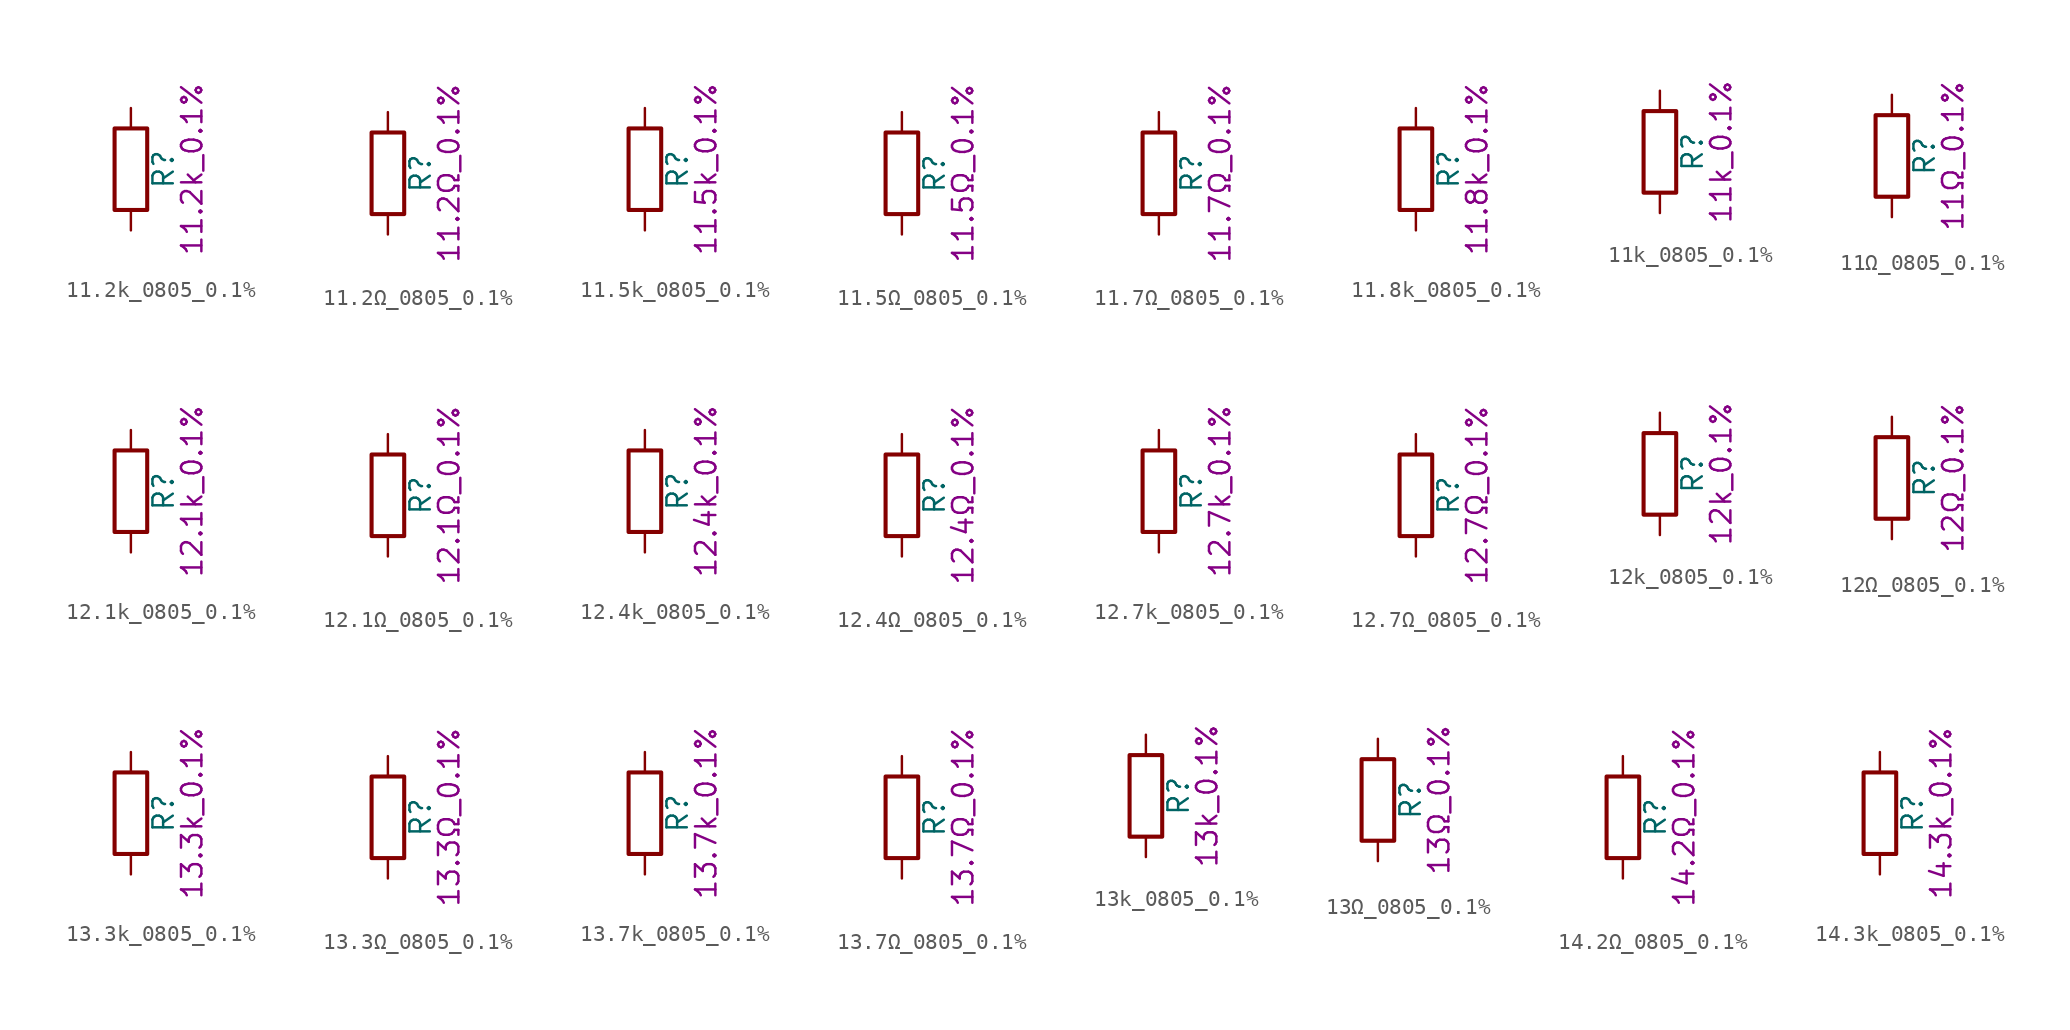
<source format=kicad_sym>
(kicad_symbol_lib
  (version 20211014)
  (generator kicad_symbol_editor)
  (symbol "11.2k_0805_0.1%"
    (pin_numbers hide)
    (pin_names
      (offset 0))
    (property "Reference" "R"
      (at 2.032 0 90)
      (effects (font (size 1.27 1.27))))
    (property "Display" "11.2k_0.1%"
      (at 3.81 0 90)
      (effects (font (size 1.27 1.27))))
    (symbol "11.2k_0805_0.1%_0_1"
      (rectangle (start -1.016 -2.54) (end 1.016 2.54) (stroke (width 0.254) (type default) (color 0 0 0 0)) (fill (type none))))
    (symbol "11.2k_0805_0.1%_1_1"
      (pin passive line (at 0 3.81 270) (length 1.27) (name "~" (effects (font (size 1.27 1.27)))) (number "1" (effects (font (size 1.27 1.27)))))
      (pin passive line (at 0 -3.81 90) (length 1.27) (name "~" (effects (font (size 1.27 1.27)))) (number "2" (effects (font (size 1.27 1.27)))))))
  (symbol "11.2Ω_0805_0.1%"
    (pin_numbers hide)
    (pin_names
      (offset 0))
    (property "Reference" "R"
      (at 2.032 0 90)
      (effects (font (size 1.27 1.27))))
    (property "Display" "11.2Ω_0.1%"
      (at 3.81 0 90)
      (effects (font (size 1.27 1.27))))
    (symbol "11.2Ω_0805_0.1%_0_1"
      (rectangle (start -1.016 -2.54) (end 1.016 2.54) (stroke (width 0.254) (type default) (color 0 0 0 0)) (fill (type none))))
    (symbol "11.2Ω_0805_0.1%_1_1"
      (pin passive line (at 0 3.81 270) (length 1.27) (name "~" (effects (font (size 1.27 1.27)))) (number "1" (effects (font (size 1.27 1.27)))))
      (pin passive line (at 0 -3.81 90) (length 1.27) (name "~" (effects (font (size 1.27 1.27)))) (number "2" (effects (font (size 1.27 1.27)))))))
  (symbol "11.5k_0805_0.1%"
    (pin_numbers hide)
    (pin_names
      (offset 0))
    (property "Reference" "R"
      (at 2.032 0 90)
      (effects (font (size 1.27 1.27))))
    (property "Display" "11.5k_0.1%"
      (at 3.81 0 90)
      (effects (font (size 1.27 1.27))))
    (symbol "11.5k_0805_0.1%_0_1"
      (rectangle (start -1.016 -2.54) (end 1.016 2.54) (stroke (width 0.254) (type default) (color 0 0 0 0)) (fill (type none))))
    (symbol "11.5k_0805_0.1%_1_1"
      (pin passive line (at 0 3.81 270) (length 1.27) (name "~" (effects (font (size 1.27 1.27)))) (number "1" (effects (font (size 1.27 1.27)))))
      (pin passive line (at 0 -3.81 90) (length 1.27) (name "~" (effects (font (size 1.27 1.27)))) (number "2" (effects (font (size 1.27 1.27)))))))
  (symbol "11.5Ω_0805_0.1%"
    (pin_numbers hide)
    (pin_names
      (offset 0))
    (property "Reference" "R"
      (at 2.032 0 90)
      (effects (font (size 1.27 1.27))))
    (property "Display" "11.5Ω_0.1%"
      (at 3.81 0 90)
      (effects (font (size 1.27 1.27))))
    (symbol "11.5Ω_0805_0.1%_0_1"
      (rectangle (start -1.016 -2.54) (end 1.016 2.54) (stroke (width 0.254) (type default) (color 0 0 0 0)) (fill (type none))))
    (symbol "11.5Ω_0805_0.1%_1_1"
      (pin passive line (at 0 3.81 270) (length 1.27) (name "~" (effects (font (size 1.27 1.27)))) (number "1" (effects (font (size 1.27 1.27)))))
      (pin passive line (at 0 -3.81 90) (length 1.27) (name "~" (effects (font (size 1.27 1.27)))) (number "2" (effects (font (size 1.27 1.27)))))))
  (symbol "11.7Ω_0805_0.1%"
    (pin_numbers hide)
    (pin_names
      (offset 0))
    (property "Reference" "R"
      (at 2.032 0 90)
      (effects (font (size 1.27 1.27))))
    (property "Display" "11.7Ω_0.1%"
      (at 3.81 0 90)
      (effects (font (size 1.27 1.27))))
    (symbol "11.7Ω_0805_0.1%_0_1"
      (rectangle (start -1.016 -2.54) (end 1.016 2.54) (stroke (width 0.254) (type default) (color 0 0 0 0)) (fill (type none))))
    (symbol "11.7Ω_0805_0.1%_1_1"
      (pin passive line (at 0 3.81 270) (length 1.27) (name "~" (effects (font (size 1.27 1.27)))) (number "1" (effects (font (size 1.27 1.27)))))
      (pin passive line (at 0 -3.81 90) (length 1.27) (name "~" (effects (font (size 1.27 1.27)))) (number "2" (effects (font (size 1.27 1.27)))))))
  (symbol "11.8k_0805_0.1%"
    (pin_numbers hide)
    (pin_names
      (offset 0))
    (property "Reference" "R"
      (at 2.032 0 90)
      (effects (font (size 1.27 1.27))))
    (property "Display" "11.8k_0.1%"
      (at 3.81 0 90)
      (effects (font (size 1.27 1.27))))
    (symbol "11.8k_0805_0.1%_0_1"
      (rectangle (start -1.016 -2.54) (end 1.016 2.54) (stroke (width 0.254) (type default) (color 0 0 0 0)) (fill (type none))))
    (symbol "11.8k_0805_0.1%_1_1"
      (pin passive line (at 0 3.81 270) (length 1.27) (name "~" (effects (font (size 1.27 1.27)))) (number "1" (effects (font (size 1.27 1.27)))))
      (pin passive line (at 0 -3.81 90) (length 1.27) (name "~" (effects (font (size 1.27 1.27)))) (number "2" (effects (font (size 1.27 1.27)))))))
  (symbol "11k_0805_0.1%"
    (pin_numbers hide)
    (pin_names
      (offset 0))
    (property "Reference" "R"
      (at 2.032 0 90)
      (effects (font (size 1.27 1.27))))
    (property "Display" "11k_0.1%"
      (at 3.81 0 90)
      (effects (font (size 1.27 1.27))))
    (symbol "11k_0805_0.1%_0_1"
      (rectangle (start -1.016 -2.54) (end 1.016 2.54) (stroke (width 0.254) (type default) (color 0 0 0 0)) (fill (type none))))
    (symbol "11k_0805_0.1%_1_1"
      (pin passive line (at 0 3.81 270) (length 1.27) (name "~" (effects (font (size 1.27 1.27)))) (number "1" (effects (font (size 1.27 1.27)))))
      (pin passive line (at 0 -3.81 90) (length 1.27) (name "~" (effects (font (size 1.27 1.27)))) (number "2" (effects (font (size 1.27 1.27)))))))
  (symbol "11Ω_0805_0.1%"
    (pin_numbers hide)
    (pin_names
      (offset 0))
    (property "Reference" "R"
      (at 2.032 0 90)
      (effects (font (size 1.27 1.27))))
    (property "Display" "11Ω_0.1%"
      (at 3.81 0 90)
      (effects (font (size 1.27 1.27))))
    (symbol "11Ω_0805_0.1%_0_1"
      (rectangle (start -1.016 -2.54) (end 1.016 2.54) (stroke (width 0.254) (type default) (color 0 0 0 0)) (fill (type none))))
    (symbol "11Ω_0805_0.1%_1_1"
      (pin passive line (at 0 3.81 270) (length 1.27) (name "~" (effects (font (size 1.27 1.27)))) (number "1" (effects (font (size 1.27 1.27)))))
      (pin passive line (at 0 -3.81 90) (length 1.27) (name "~" (effects (font (size 1.27 1.27)))) (number "2" (effects (font (size 1.27 1.27)))))))
  (symbol "12.1k_0805_0.1%"
    (pin_numbers hide)
    (pin_names
      (offset 0))
    (property "Reference" "R"
      (at 2.032 0 90)
      (effects (font (size 1.27 1.27))))
    (property "Display" "12.1k_0.1%"
      (at 3.81 0 90)
      (effects (font (size 1.27 1.27))))
    (symbol "12.1k_0805_0.1%_0_1"
      (rectangle (start -1.016 -2.54) (end 1.016 2.54) (stroke (width 0.254) (type default) (color 0 0 0 0)) (fill (type none))))
    (symbol "12.1k_0805_0.1%_1_1"
      (pin passive line (at 0 3.81 270) (length 1.27) (name "~" (effects (font (size 1.27 1.27)))) (number "1" (effects (font (size 1.27 1.27)))))
      (pin passive line (at 0 -3.81 90) (length 1.27) (name "~" (effects (font (size 1.27 1.27)))) (number "2" (effects (font (size 1.27 1.27)))))))
  (symbol "12.1Ω_0805_0.1%"
    (pin_numbers hide)
    (pin_names
      (offset 0))
    (property "Reference" "R"
      (at 2.032 0 90)
      (effects (font (size 1.27 1.27))))
    (property "Display" "12.1Ω_0.1%"
      (at 3.81 0 90)
      (effects (font (size 1.27 1.27))))
    (symbol "12.1Ω_0805_0.1%_0_1"
      (rectangle (start -1.016 -2.54) (end 1.016 2.54) (stroke (width 0.254) (type default) (color 0 0 0 0)) (fill (type none))))
    (symbol "12.1Ω_0805_0.1%_1_1"
      (pin passive line (at 0 3.81 270) (length 1.27) (name "~" (effects (font (size 1.27 1.27)))) (number "1" (effects (font (size 1.27 1.27)))))
      (pin passive line (at 0 -3.81 90) (length 1.27) (name "~" (effects (font (size 1.27 1.27)))) (number "2" (effects (font (size 1.27 1.27)))))))
  (symbol "12.4k_0805_0.1%"
    (pin_numbers hide)
    (pin_names
      (offset 0))
    (property "Reference" "R"
      (at 2.032 0 90)
      (effects (font (size 1.27 1.27))))
    (property "Display" "12.4k_0.1%"
      (at 3.81 0 90)
      (effects (font (size 1.27 1.27))))
    (symbol "12.4k_0805_0.1%_0_1"
      (rectangle (start -1.016 -2.54) (end 1.016 2.54) (stroke (width 0.254) (type default) (color 0 0 0 0)) (fill (type none))))
    (symbol "12.4k_0805_0.1%_1_1"
      (pin passive line (at 0 3.81 270) (length 1.27) (name "~" (effects (font (size 1.27 1.27)))) (number "1" (effects (font (size 1.27 1.27)))))
      (pin passive line (at 0 -3.81 90) (length 1.27) (name "~" (effects (font (size 1.27 1.27)))) (number "2" (effects (font (size 1.27 1.27)))))))
  (symbol "12.4Ω_0805_0.1%"
    (pin_numbers hide)
    (pin_names
      (offset 0))
    (property "Reference" "R"
      (at 2.032 0 90)
      (effects (font (size 1.27 1.27))))
    (property "Display" "12.4Ω_0.1%"
      (at 3.81 0 90)
      (effects (font (size 1.27 1.27))))
    (symbol "12.4Ω_0805_0.1%_0_1"
      (rectangle (start -1.016 -2.54) (end 1.016 2.54) (stroke (width 0.254) (type default) (color 0 0 0 0)) (fill (type none))))
    (symbol "12.4Ω_0805_0.1%_1_1"
      (pin passive line (at 0 3.81 270) (length 1.27) (name "~" (effects (font (size 1.27 1.27)))) (number "1" (effects (font (size 1.27 1.27)))))
      (pin passive line (at 0 -3.81 90) (length 1.27) (name "~" (effects (font (size 1.27 1.27)))) (number "2" (effects (font (size 1.27 1.27)))))))
  (symbol "12.7k_0805_0.1%"
    (pin_numbers hide)
    (pin_names
      (offset 0))
    (property "Reference" "R"
      (at 2.032 0 90)
      (effects (font (size 1.27 1.27))))
    (property "Display" "12.7k_0.1%"
      (at 3.81 0 90)
      (effects (font (size 1.27 1.27))))
    (symbol "12.7k_0805_0.1%_0_1"
      (rectangle (start -1.016 -2.54) (end 1.016 2.54) (stroke (width 0.254) (type default) (color 0 0 0 0)) (fill (type none))))
    (symbol "12.7k_0805_0.1%_1_1"
      (pin passive line (at 0 3.81 270) (length 1.27) (name "~" (effects (font (size 1.27 1.27)))) (number "1" (effects (font (size 1.27 1.27)))))
      (pin passive line (at 0 -3.81 90) (length 1.27) (name "~" (effects (font (size 1.27 1.27)))) (number "2" (effects (font (size 1.27 1.27)))))))
  (symbol "12.7Ω_0805_0.1%"
    (pin_numbers hide)
    (pin_names
      (offset 0))
    (property "Reference" "R"
      (at 2.032 0 90)
      (effects (font (size 1.27 1.27))))
    (property "Display" "12.7Ω_0.1%"
      (at 3.81 0 90)
      (effects (font (size 1.27 1.27))))
    (symbol "12.7Ω_0805_0.1%_0_1"
      (rectangle (start -1.016 -2.54) (end 1.016 2.54) (stroke (width 0.254) (type default) (color 0 0 0 0)) (fill (type none))))
    (symbol "12.7Ω_0805_0.1%_1_1"
      (pin passive line (at 0 3.81 270) (length 1.27) (name "~" (effects (font (size 1.27 1.27)))) (number "1" (effects (font (size 1.27 1.27)))))
      (pin passive line (at 0 -3.81 90) (length 1.27) (name "~" (effects (font (size 1.27 1.27)))) (number "2" (effects (font (size 1.27 1.27)))))))
  (symbol "12k_0805_0.1%"
    (pin_numbers hide)
    (pin_names
      (offset 0))
    (property "Reference" "R"
      (at 2.032 0 90)
      (effects (font (size 1.27 1.27))))
    (property "Display" "12k_0.1%"
      (at 3.81 0 90)
      (effects (font (size 1.27 1.27))))
    (symbol "12k_0805_0.1%_0_1"
      (rectangle (start -1.016 -2.54) (end 1.016 2.54) (stroke (width 0.254) (type default) (color 0 0 0 0)) (fill (type none))))
    (symbol "12k_0805_0.1%_1_1"
      (pin passive line (at 0 3.81 270) (length 1.27) (name "~" (effects (font (size 1.27 1.27)))) (number "1" (effects (font (size 1.27 1.27)))))
      (pin passive line (at 0 -3.81 90) (length 1.27) (name "~" (effects (font (size 1.27 1.27)))) (number "2" (effects (font (size 1.27 1.27)))))))
  (symbol "12Ω_0805_0.1%"
    (pin_numbers hide)
    (pin_names
      (offset 0))
    (property "Reference" "R"
      (at 2.032 0 90)
      (effects (font (size 1.27 1.27))))
    (property "Display" "12Ω_0.1%"
      (at 3.81 0 90)
      (effects (font (size 1.27 1.27))))
    (symbol "12Ω_0805_0.1%_0_1"
      (rectangle (start -1.016 -2.54) (end 1.016 2.54) (stroke (width 0.254) (type default) (color 0 0 0 0)) (fill (type none))))
    (symbol "12Ω_0805_0.1%_1_1"
      (pin passive line (at 0 3.81 270) (length 1.27) (name "~" (effects (font (size 1.27 1.27)))) (number "1" (effects (font (size 1.27 1.27)))))
      (pin passive line (at 0 -3.81 90) (length 1.27) (name "~" (effects (font (size 1.27 1.27)))) (number "2" (effects (font (size 1.27 1.27)))))))
  (symbol "13.3k_0805_0.1%"
    (pin_numbers hide)
    (pin_names
      (offset 0))
    (property "Reference" "R"
      (at 2.032 0 90)
      (effects (font (size 1.27 1.27))))
    (property "Display" "13.3k_0.1%"
      (at 3.81 0 90)
      (effects (font (size 1.27 1.27))))
    (symbol "13.3k_0805_0.1%_0_1"
      (rectangle (start -1.016 -2.54) (end 1.016 2.54) (stroke (width 0.254) (type default) (color 0 0 0 0)) (fill (type none))))
    (symbol "13.3k_0805_0.1%_1_1"
      (pin passive line (at 0 3.81 270) (length 1.27) (name "~" (effects (font (size 1.27 1.27)))) (number "1" (effects (font (size 1.27 1.27)))))
      (pin passive line (at 0 -3.81 90) (length 1.27) (name "~" (effects (font (size 1.27 1.27)))) (number "2" (effects (font (size 1.27 1.27)))))))
  (symbol "13.3Ω_0805_0.1%"
    (pin_numbers hide)
    (pin_names
      (offset 0))
    (property "Reference" "R"
      (at 2.032 0 90)
      (effects (font (size 1.27 1.27))))
    (property "Display" "13.3Ω_0.1%"
      (at 3.81 0 90)
      (effects (font (size 1.27 1.27))))
    (symbol "13.3Ω_0805_0.1%_0_1"
      (rectangle (start -1.016 -2.54) (end 1.016 2.54) (stroke (width 0.254) (type default) (color 0 0 0 0)) (fill (type none))))
    (symbol "13.3Ω_0805_0.1%_1_1"
      (pin passive line (at 0 3.81 270) (length 1.27) (name "~" (effects (font (size 1.27 1.27)))) (number "1" (effects (font (size 1.27 1.27)))))
      (pin passive line (at 0 -3.81 90) (length 1.27) (name "~" (effects (font (size 1.27 1.27)))) (number "2" (effects (font (size 1.27 1.27)))))))
  (symbol "13.7k_0805_0.1%"
    (pin_numbers hide)
    (pin_names
      (offset 0))
    (property "Reference" "R"
      (at 2.032 0 90)
      (effects (font (size 1.27 1.27))))
    (property "Display" "13.7k_0.1%"
      (at 3.81 0 90)
      (effects (font (size 1.27 1.27))))
    (symbol "13.7k_0805_0.1%_0_1"
      (rectangle (start -1.016 -2.54) (end 1.016 2.54) (stroke (width 0.254) (type default) (color 0 0 0 0)) (fill (type none))))
    (symbol "13.7k_0805_0.1%_1_1"
      (pin passive line (at 0 3.81 270) (length 1.27) (name "~" (effects (font (size 1.27 1.27)))) (number "1" (effects (font (size 1.27 1.27)))))
      (pin passive line (at 0 -3.81 90) (length 1.27) (name "~" (effects (font (size 1.27 1.27)))) (number "2" (effects (font (size 1.27 1.27)))))))
  (symbol "13.7Ω_0805_0.1%"
    (pin_numbers hide)
    (pin_names
      (offset 0))
    (property "Reference" "R"
      (at 2.032 0 90)
      (effects (font (size 1.27 1.27))))
    (property "Display" "13.7Ω_0.1%"
      (at 3.81 0 90)
      (effects (font (size 1.27 1.27))))
    (symbol "13.7Ω_0805_0.1%_0_1"
      (rectangle (start -1.016 -2.54) (end 1.016 2.54) (stroke (width 0.254) (type default) (color 0 0 0 0)) (fill (type none))))
    (symbol "13.7Ω_0805_0.1%_1_1"
      (pin passive line (at 0 3.81 270) (length 1.27) (name "~" (effects (font (size 1.27 1.27)))) (number "1" (effects (font (size 1.27 1.27)))))
      (pin passive line (at 0 -3.81 90) (length 1.27) (name "~" (effects (font (size 1.27 1.27)))) (number "2" (effects (font (size 1.27 1.27)))))))
  (symbol "13k_0805_0.1%"
    (pin_numbers hide)
    (pin_names
      (offset 0))
    (property "Reference" "R"
      (at 2.032 0 90)
      (effects (font (size 1.27 1.27))))
    (property "Display" "13k_0.1%"
      (at 3.81 0 90)
      (effects (font (size 1.27 1.27))))
    (symbol "13k_0805_0.1%_0_1"
      (rectangle (start -1.016 -2.54) (end 1.016 2.54) (stroke (width 0.254) (type default) (color 0 0 0 0)) (fill (type none))))
    (symbol "13k_0805_0.1%_1_1"
      (pin passive line (at 0 3.81 270) (length 1.27) (name "~" (effects (font (size 1.27 1.27)))) (number "1" (effects (font (size 1.27 1.27)))))
      (pin passive line (at 0 -3.81 90) (length 1.27) (name "~" (effects (font (size 1.27 1.27)))) (number "2" (effects (font (size 1.27 1.27)))))))
  (symbol "13Ω_0805_0.1%"
    (pin_numbers hide)
    (pin_names
      (offset 0))
    (property "Reference" "R"
      (at 2.032 0 90)
      (effects (font (size 1.27 1.27))))
    (property "Display" "13Ω_0.1%"
      (at 3.81 0 90)
      (effects (font (size 1.27 1.27))))
    (symbol "13Ω_0805_0.1%_0_1"
      (rectangle (start -1.016 -2.54) (end 1.016 2.54) (stroke (width 0.254) (type default) (color 0 0 0 0)) (fill (type none))))
    (symbol "13Ω_0805_0.1%_1_1"
      (pin passive line (at 0 3.81 270) (length 1.27) (name "~" (effects (font (size 1.27 1.27)))) (number "1" (effects (font (size 1.27 1.27)))))
      (pin passive line (at 0 -3.81 90) (length 1.27) (name "~" (effects (font (size 1.27 1.27)))) (number "2" (effects (font (size 1.27 1.27)))))))
  (symbol "14.2Ω_0805_0.1%"
    (pin_numbers hide)
    (pin_names
      (offset 0))
    (property "Reference" "R"
      (at 2.032 0 90)
      (effects (font (size 1.27 1.27))))
    (property "Display" "14.2Ω_0.1%"
      (at 3.81 0 90)
      (effects (font (size 1.27 1.27))))
    (symbol "14.2Ω_0805_0.1%_0_1"
      (rectangle (start -1.016 -2.54) (end 1.016 2.54) (stroke (width 0.254) (type default) (color 0 0 0 0)) (fill (type none))))
    (symbol "14.2Ω_0805_0.1%_1_1"
      (pin passive line (at 0 3.81 270) (length 1.27) (name "~" (effects (font (size 1.27 1.27)))) (number "1" (effects (font (size 1.27 1.27)))))
      (pin passive line (at 0 -3.81 90) (length 1.27) (name "~" (effects (font (size 1.27 1.27)))) (number "2" (effects (font (size 1.27 1.27)))))))
  (symbol "14.3k_0805_0.1%"
    (pin_numbers hide)
    (pin_names
      (offset 0))
    (property "Reference" "R"
      (at 2.032 0 90)
      (effects (font (size 1.27 1.27))))
    (property "Display" "14.3k_0.1%"
      (at 3.81 0 90)
      (effects (font (size 1.27 1.27))))
    (symbol "14.3k_0805_0.1%_0_1"
      (rectangle (start -1.016 -2.54) (end 1.016 2.54) (stroke (width 0.254) (type default) (color 0 0 0 0)) (fill (type none))))
    (symbol "14.3k_0805_0.1%_1_1"
      (pin passive line (at 0 3.81 270) (length 1.27) (name "~" (effects (font (size 1.27 1.27)))) (number "1" (effects (font (size 1.27 1.27)))))
      (pin passive line (at 0 -3.81 90) (length 1.27) (name "~" (effects (font (size 1.27 1.27)))) (number "2" (effects (font (size 1.27 1.27))))))))
</source>
